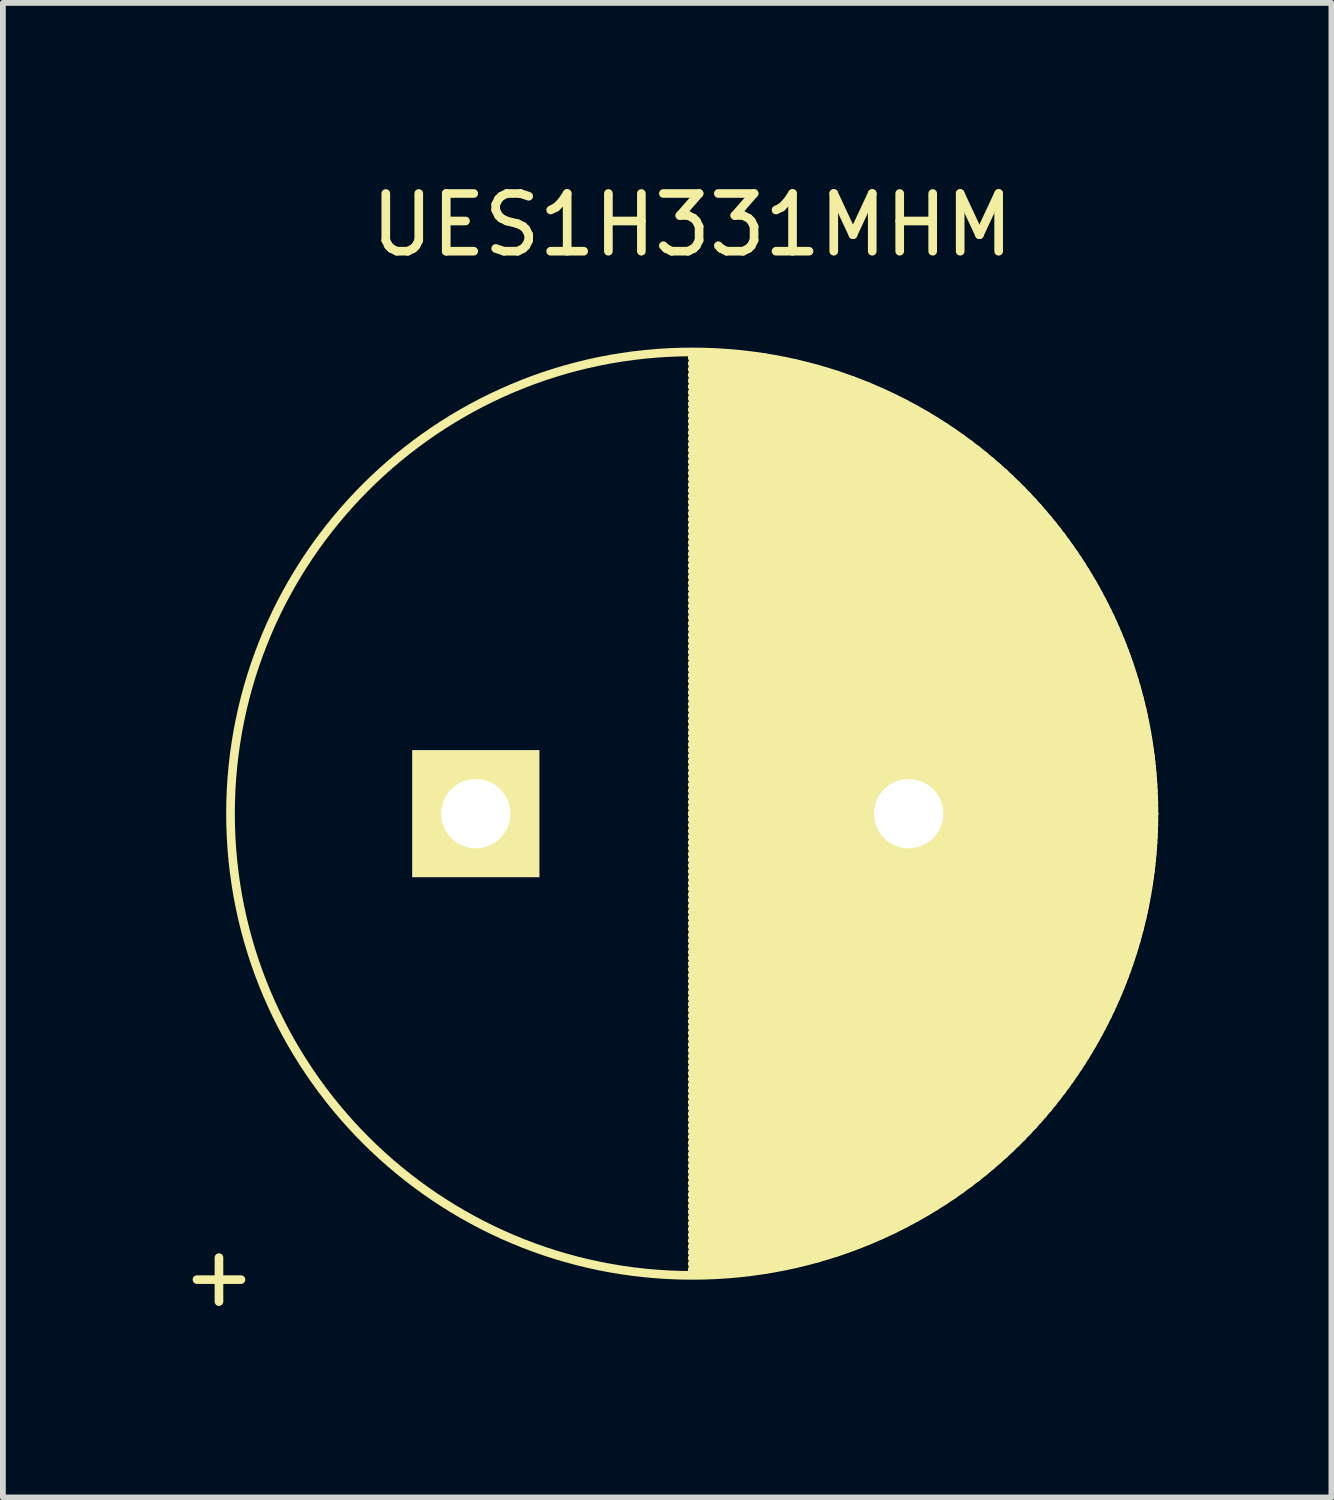
<source format=kicad_pcb>
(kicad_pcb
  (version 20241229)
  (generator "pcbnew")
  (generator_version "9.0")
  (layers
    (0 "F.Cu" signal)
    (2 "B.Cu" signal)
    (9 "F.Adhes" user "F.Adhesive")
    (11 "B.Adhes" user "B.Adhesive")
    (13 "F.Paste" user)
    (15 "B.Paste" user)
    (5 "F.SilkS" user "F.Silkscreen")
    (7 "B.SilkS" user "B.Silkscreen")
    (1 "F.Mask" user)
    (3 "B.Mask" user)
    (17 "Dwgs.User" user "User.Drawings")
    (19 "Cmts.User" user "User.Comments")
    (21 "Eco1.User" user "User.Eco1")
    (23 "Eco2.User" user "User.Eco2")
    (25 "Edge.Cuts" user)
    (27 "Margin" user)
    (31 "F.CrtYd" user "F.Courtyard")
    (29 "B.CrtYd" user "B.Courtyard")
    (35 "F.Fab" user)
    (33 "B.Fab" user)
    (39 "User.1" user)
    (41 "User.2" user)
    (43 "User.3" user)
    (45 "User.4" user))
  (footprint "UES1H331MHM"
    (layer "F.Cu")
    (at 5.194 11.048)
    (property "Reference" "UES1H331MHM" (at 3.75 -10.2 0) (layer "F.SilkS") (effects (font (size 1 1) (thickness 0.15))))
    (attr through_hole)
    (fp_line (start 3.75 -7.9) (end 5.011 -7.9) (stroke (width 0.15) (type solid)) (layer "F.SilkS"))
    (fp_line (start 3.75 -7.8) (end 5.528 -7.8) (stroke (width 0.15) (type solid)) (layer "F.SilkS"))
    (fp_line (start 3.75 -7.7) (end 5.92 -7.7) (stroke (width 0.15) (type solid)) (layer "F.SilkS"))
    (fp_line (start 3.75 -7.6) (end 6.248 -7.6) (stroke (width 0.15) (type solid)) (layer "F.SilkS"))
    (fp_line (start 3.75 -7.5) (end 6.534 -7.5) (stroke (width 0.15) (type solid)) (layer "F.SilkS"))
    (fp_line (start 3.75 -7.4) (end 6.79 -7.4) (stroke (width 0.15) (type solid)) (layer "F.SilkS"))
    (fp_line (start 3.75 -7.3) (end 7.023 -7.3) (stroke (width 0.15) (type solid)) (layer "F.SilkS"))
    (fp_line (start 3.75 -7.2) (end 7.237 -7.2) (stroke (width 0.15) (type solid)) (layer "F.SilkS"))
    (fp_line (start 3.75 -7.1) (end 7.436 -7.1) (stroke (width 0.15) (type solid)) (layer "F.SilkS"))
    (fp_line (start 3.75 -7) (end 7.623 -7) (stroke (width 0.15) (type solid)) (layer "F.SilkS"))
    (fp_line (start 3.75 -6.9) (end 7.798 -6.9) (stroke (width 0.15) (type solid)) (layer "F.SilkS"))
    (fp_line (start 3.75 -6.8) (end 7.964 -6.8) (stroke (width 0.15) (type solid)) (layer "F.SilkS"))
    (fp_line (start 3.75 -6.7) (end 8.121 -6.7) (stroke (width 0.15) (type solid)) (layer "F.SilkS"))
    (fp_line (start 3.75 -6.6) (end 8.271 -6.6) (stroke (width 0.15) (type solid)) (layer "F.SilkS"))
    (fp_line (start 3.75 -6.5) (end 8.414 -6.5) (stroke (width 0.15) (type solid)) (layer "F.SilkS"))
    (fp_line (start 3.75 -6.4) (end 8.55 -6.4) (stroke (width 0.15) (type solid)) (layer "F.SilkS"))
    (fp_line (start 3.75 -6.3) (end 8.681 -6.3) (stroke (width 0.15) (type solid)) (layer "F.SilkS"))
    (fp_line (start 3.75 -6.2) (end 8.806 -6.2) (stroke (width 0.15) (type solid)) (layer "F.SilkS"))
    (fp_line (start 3.75 -6.1) (end 8.926 -6.1) (stroke (width 0.15) (type solid)) (layer "F.SilkS"))
    (fp_line (start 3.75 -6) (end 9.042 -6) (stroke (width 0.15) (type solid)) (layer "F.SilkS"))
    (fp_line (start 3.75 -5.9) (end 9.153 -5.9) (stroke (width 0.15) (type solid)) (layer "F.SilkS"))
    (fp_line (start 3.75 -5.8) (end 9.26 -5.8) (stroke (width 0.15) (type solid)) (layer "F.SilkS"))
    (fp_line (start 3.75 -5.7) (end 9.363 -5.7) (stroke (width 0.15) (type solid)) (layer "F.SilkS"))
    (fp_line (start 3.75 -5.6) (end 9.463 -5.6) (stroke (width 0.15) (type solid)) (layer "F.SilkS"))
    (fp_line (start 3.75 -5.5) (end 9.559 -5.5) (stroke (width 0.15) (type solid)) (layer "F.SilkS"))
    (fp_line (start 3.75 -5.4) (end 9.653 -5.4) (stroke (width 0.15) (type solid)) (layer "F.SilkS"))
    (fp_line (start 3.75 -5.3) (end 9.742 -5.3) (stroke (width 0.15) (type solid)) (layer "F.SilkS"))
    (fp_line (start 3.75 -5.2) (end 9.829 -5.2) (stroke (width 0.15) (type solid)) (layer "F.SilkS"))
    (fp_line (start 3.75 -5.1) (end 9.914 -5.1) (stroke (width 0.15) (type solid)) (layer "F.SilkS"))
    (fp_line (start 3.75 -5) (end 9.995 -5) (stroke (width 0.15) (type solid)) (layer "F.SilkS"))
    (fp_line (start 3.75 -4.9) (end 10.074 -4.9) (stroke (width 0.15) (type solid)) (layer "F.SilkS"))
    (fp_line (start 3.75 -4.8) (end 10.15 -4.8) (stroke (width 0.15) (type solid)) (layer "F.SilkS"))
    (fp_line (start 3.75 -4.7) (end 10.224 -4.7) (stroke (width 0.15) (type solid)) (layer "F.SilkS"))
    (fp_line (start 3.75 -4.6) (end 10.295 -4.6) (stroke (width 0.15) (type solid)) (layer "F.SilkS"))
    (fp_line (start 3.75 -4.5) (end 10.364 -4.5) (stroke (width 0.15) (type solid)) (layer "F.SilkS"))
    (fp_line (start 3.75 -4.4) (end 10.431 -4.4) (stroke (width 0.15) (type solid)) (layer "F.SilkS"))
    (fp_line (start 3.75 -4.3) (end 10.496 -4.3) (stroke (width 0.15) (type solid)) (layer "F.SilkS"))
    (fp_line (start 3.75 -4.2) (end 10.559 -4.2) (stroke (width 0.15) (type solid)) (layer "F.SilkS"))
    (fp_line (start 3.75 -4.1) (end 10.619 -4.1) (stroke (width 0.15) (type solid)) (layer "F.SilkS"))
    (fp_line (start 3.75 -4) (end 10.678 -4) (stroke (width 0.15) (type solid)) (layer "F.SilkS"))
    (fp_line (start 3.75 -3.9) (end 10.735 -3.9) (stroke (width 0.15) (type solid)) (layer "F.SilkS"))
    (fp_line (start 3.75 -3.8) (end 10.79 -3.8) (stroke (width 0.15) (type solid)) (layer "F.SilkS"))
    (fp_line (start 3.75 -3.7) (end 10.843 -3.7) (stroke (width 0.15) (type solid)) (layer "F.SilkS"))
    (fp_line (start 3.75 -3.6) (end 10.894 -3.6) (stroke (width 0.15) (type solid)) (layer "F.SilkS"))
    (fp_line (start 3.75 -3.5) (end 10.944 -3.5) (stroke (width 0.15) (type solid)) (layer "F.SilkS"))
    (fp_line (start 3.75 -3.4) (end 10.992 -3.4) (stroke (width 0.15) (type solid)) (layer "F.SilkS"))
    (fp_line (start 3.75 -3.3) (end 11.038 -3.3) (stroke (width 0.15) (type solid)) (layer "F.SilkS"))
    (fp_line (start 3.75 -3.2) (end 11.082 -3.2) (stroke (width 0.15) (type solid)) (layer "F.SilkS"))
    (fp_line (start 3.75 -3.1) (end 11.125 -3.1) (stroke (width 0.15) (type solid)) (layer "F.SilkS"))
    (fp_line (start 3.75 -3) (end 11.166 -3) (stroke (width 0.15) (type solid)) (layer "F.SilkS"))
    (fp_line (start 3.75 -2.9) (end 11.206 -2.9) (stroke (width 0.15) (type solid)) (layer "F.SilkS"))
    (fp_line (start 3.75 -2.8) (end 11.244 -2.8) (stroke (width 0.15) (type solid)) (layer "F.SilkS"))
    (fp_line (start 3.75 -2.7) (end 11.281 -2.7) (stroke (width 0.15) (type solid)) (layer "F.SilkS"))
    (fp_line (start 3.75 -2.6) (end 11.316 -2.6) (stroke (width 0.15) (type solid)) (layer "F.SilkS"))
    (fp_line (start 3.75 -2.5) (end 11.349 -2.5) (stroke (width 0.15) (type solid)) (layer "F.SilkS"))
    (fp_line (start 3.75 -2.4) (end 11.382 -2.4) (stroke (width 0.15) (type solid)) (layer "F.SilkS"))
    (fp_line (start 3.75 -2.3) (end 11.412 -2.3) (stroke (width 0.15) (type solid)) (layer "F.SilkS"))
    (fp_line (start 3.75 -2.2) (end 11.442 -2.2) (stroke (width 0.15) (type solid)) (layer "F.SilkS"))
    (fp_line (start 3.75 -2.1) (end 11.469 -2.1) (stroke (width 0.15) (type solid)) (layer "F.SilkS"))
    (fp_line (start 3.75 -2) (end 11.496 -2) (stroke (width 0.15) (type solid)) (layer "F.SilkS"))
    (fp_line (start 3.75 -1.9) (end 11.521 -1.9) (stroke (width 0.15) (type solid)) (layer "F.SilkS"))
    (fp_line (start 3.75 -1.8) (end 11.545 -1.8) (stroke (width 0.15) (type solid)) (layer "F.SilkS"))
    (fp_line (start 3.75 -1.7) (end 11.567 -1.7) (stroke (width 0.15) (type solid)) (layer "F.SilkS"))
    (fp_line (start 3.75 -1.6) (end 11.588 -1.6) (stroke (width 0.15) (type solid)) (layer "F.SilkS"))
    (fp_line (start 3.75 -1.5) (end 11.608 -1.5) (stroke (width 0.15) (type solid)) (layer "F.SilkS"))
    (fp_line (start 3.75 -1.4) (end 11.627 -1.4) (stroke (width 0.15) (type solid)) (layer "F.SilkS"))
    (fp_line (start 3.75 -1.3) (end 11.644 -1.3) (stroke (width 0.15) (type solid)) (layer "F.SilkS"))
    (fp_line (start 3.75 -1.2) (end 11.659 -1.2) (stroke (width 0.15) (type solid)) (layer "F.SilkS"))
    (fp_line (start 3.75 -1.1) (end 11.674 -1.1) (stroke (width 0.15) (type solid)) (layer "F.SilkS"))
    (fp_line (start 3.75 -1) (end 11.687 -1) (stroke (width 0.15) (type solid)) (layer "F.SilkS"))
    (fp_line (start 3.75 -0.9) (end 11.699 -0.9) (stroke (width 0.15) (type solid)) (layer "F.SilkS"))
    (fp_line (start 3.75 -0.8) (end 11.71 -0.8) (stroke (width 0.15) (type solid)) (layer "F.SilkS"))
    (fp_line (start 3.75 -0.7) (end 11.719 -0.7) (stroke (width 0.15) (type solid)) (layer "F.SilkS"))
    (fp_line (start 3.75 -0.6) (end 11.727 -0.6) (stroke (width 0.15) (type solid)) (layer "F.SilkS"))
    (fp_line (start 3.75 -0.5) (end 11.734 -0.5) (stroke (width 0.15) (type solid)) (layer "F.SilkS"))
    (fp_line (start 3.75 -0.4) (end 11.74 -0.4) (stroke (width 0.15) (type solid)) (layer "F.SilkS"))
    (fp_line (start 3.75 -0.3) (end 11.744 -0.3) (stroke (width 0.15) (type solid)) (layer "F.SilkS"))
    (fp_line (start 3.75 -0.2) (end 11.748 -0.2) (stroke (width 0.15) (type solid)) (layer "F.SilkS"))
    (fp_line (start 3.75 -0.1) (end 11.749 -0.1) (stroke (width 0.15) (type solid)) (layer "F.SilkS"))
    (fp_line (start 3.75 0) (end 11.75 0) (stroke (width 0.15) (type solid)) (layer "F.SilkS"))
    (fp_line (start 3.75 0) (end 11.75 0) (stroke (width 0.15) (type solid)) (layer "F.SilkS"))
    (fp_line (start 3.75 0.1) (end 11.749 0.1) (stroke (width 0.15) (type solid)) (layer "F.SilkS"))
    (fp_line (start 3.75 0.2) (end 11.748 0.2) (stroke (width 0.15) (type solid)) (layer "F.SilkS"))
    (fp_line (start 3.75 0.3) (end 11.744 0.3) (stroke (width 0.15) (type solid)) (layer "F.SilkS"))
    (fp_line (start 3.75 0.4) (end 11.74 0.4) (stroke (width 0.15) (type solid)) (layer "F.SilkS"))
    (fp_line (start 3.75 0.5) (end 11.734 0.5) (stroke (width 0.15) (type solid)) (layer "F.SilkS"))
    (fp_line (start 3.75 0.6) (end 11.727 0.6) (stroke (width 0.15) (type solid)) (layer "F.SilkS"))
    (fp_line (start 3.75 0.7) (end 11.719 0.7) (stroke (width 0.15) (type solid)) (layer "F.SilkS"))
    (fp_line (start 3.75 0.8) (end 11.71 0.8) (stroke (width 0.15) (type solid)) (layer "F.SilkS"))
    (fp_line (start 3.75 0.9) (end 11.699 0.9) (stroke (width 0.15) (type solid)) (layer "F.SilkS"))
    (fp_line (start 3.75 1) (end 11.687 1) (stroke (width 0.15) (type solid)) (layer "F.SilkS"))
    (fp_line (start 3.75 1.1) (end 11.674 1.1) (stroke (width 0.15) (type solid)) (layer "F.SilkS"))
    (fp_line (start 3.75 1.2) (end 11.659 1.2) (stroke (width 0.15) (type solid)) (layer "F.SilkS"))
    (fp_line (start 3.75 1.3) (end 11.644 1.3) (stroke (width 0.15) (type solid)) (layer "F.SilkS"))
    (fp_line (start 3.75 1.4) (end 11.627 1.4) (stroke (width 0.15) (type solid)) (layer "F.SilkS"))
    (fp_line (start 3.75 1.5) (end 11.608 1.5) (stroke (width 0.15) (type solid)) (layer "F.SilkS"))
    (fp_line (start 3.75 1.6) (end 11.588 1.6) (stroke (width 0.15) (type solid)) (layer "F.SilkS"))
    (fp_line (start 3.75 1.7) (end 11.567 1.7) (stroke (width 0.15) (type solid)) (layer "F.SilkS"))
    (fp_line (start 3.75 1.8) (end 11.545 1.8) (stroke (width 0.15) (type solid)) (layer "F.SilkS"))
    (fp_line (start 3.75 1.9) (end 11.521 1.9) (stroke (width 0.15) (type solid)) (layer "F.SilkS"))
    (fp_line (start 3.75 2) (end 11.496 2) (stroke (width 0.15) (type solid)) (layer "F.SilkS"))
    (fp_line (start 3.75 2.1) (end 11.469 2.1) (stroke (width 0.15) (type solid)) (layer "F.SilkS"))
    (fp_line (start 3.75 2.2) (end 11.442 2.2) (stroke (width 0.15) (type solid)) (layer "F.SilkS"))
    (fp_line (start 3.75 2.3) (end 11.412 2.3) (stroke (width 0.15) (type solid)) (layer "F.SilkS"))
    (fp_line (start 3.75 2.4) (end 11.382 2.4) (stroke (width 0.15) (type solid)) (layer "F.SilkS"))
    (fp_line (start 3.75 2.5) (end 11.349 2.5) (stroke (width 0.15) (type solid)) (layer "F.SilkS"))
    (fp_line (start 3.75 2.6) (end 11.316 2.6) (stroke (width 0.15) (type solid)) (layer "F.SilkS"))
    (fp_line (start 3.75 2.7) (end 11.281 2.7) (stroke (width 0.15) (type solid)) (layer "F.SilkS"))
    (fp_line (start 3.75 2.8) (end 11.244 2.8) (stroke (width 0.15) (type solid)) (layer "F.SilkS"))
    (fp_line (start 3.75 2.9) (end 11.206 2.9) (stroke (width 0.15) (type solid)) (layer "F.SilkS"))
    (fp_line (start 3.75 3) (end 11.166 3) (stroke (width 0.15) (type solid)) (layer "F.SilkS"))
    (fp_line (start 3.75 3.1) (end 11.125 3.1) (stroke (width 0.15) (type solid)) (layer "F.SilkS"))
    (fp_line (start 3.75 3.2) (end 11.082 3.2) (stroke (width 0.15) (type solid)) (layer "F.SilkS"))
    (fp_line (start 3.75 3.3) (end 11.038 3.3) (stroke (width 0.15) (type solid)) (layer "F.SilkS"))
    (fp_line (start 3.75 3.4) (end 10.992 3.4) (stroke (width 0.15) (type solid)) (layer "F.SilkS"))
    (fp_line (start 3.75 3.5) (end 10.944 3.5) (stroke (width 0.15) (type solid)) (layer "F.SilkS"))
    (fp_line (start 3.75 3.6) (end 10.894 3.6) (stroke (width 0.15) (type solid)) (layer "F.SilkS"))
    (fp_line (start 3.75 3.7) (end 10.843 3.7) (stroke (width 0.15) (type solid)) (layer "F.SilkS"))
    (fp_line (start 3.75 3.8) (end 10.79 3.8) (stroke (width 0.15) (type solid)) (layer "F.SilkS"))
    (fp_line (start 3.75 3.9) (end 10.735 3.9) (stroke (width 0.15) (type solid)) (layer "F.SilkS"))
    (fp_line (start 3.75 4) (end 10.678 4) (stroke (width 0.15) (type solid)) (layer "F.SilkS"))
    (fp_line (start 3.75 4.1) (end 10.619 4.1) (stroke (width 0.15) (type solid)) (layer "F.SilkS"))
    (fp_line (start 3.75 4.2) (end 10.559 4.2) (stroke (width 0.15) (type solid)) (layer "F.SilkS"))
    (fp_line (start 3.75 4.3) (end 10.496 4.3) (stroke (width 0.15) (type solid)) (layer "F.SilkS"))
    (fp_line (start 3.75 4.4) (end 10.431 4.4) (stroke (width 0.15) (type solid)) (layer "F.SilkS"))
    (fp_line (start 3.75 4.5) (end 10.364 4.5) (stroke (width 0.15) (type solid)) (layer "F.SilkS"))
    (fp_line (start 3.75 4.6) (end 10.295 4.6) (stroke (width 0.15) (type solid)) (layer "F.SilkS"))
    (fp_line (start 3.75 4.7) (end 10.224 4.7) (stroke (width 0.15) (type solid)) (layer "F.SilkS"))
    (fp_line (start 3.75 4.8) (end 10.15 4.8) (stroke (width 0.15) (type solid)) (layer "F.SilkS"))
    (fp_line (start 3.75 4.9) (end 10.074 4.9) (stroke (width 0.15) (type solid)) (layer "F.SilkS"))
    (fp_line (start 3.75 5) (end 9.995 5) (stroke (width 0.15) (type solid)) (layer "F.SilkS"))
    (fp_line (start 3.75 5.1) (end 9.914 5.1) (stroke (width 0.15) (type solid)) (layer "F.SilkS"))
    (fp_line (start 3.75 5.2) (end 9.829 5.2) (stroke (width 0.15) (type solid)) (layer "F.SilkS"))
    (fp_line (start 3.75 5.3) (end 9.742 5.3) (stroke (width 0.15) (type solid)) (layer "F.SilkS"))
    (fp_line (start 3.75 5.4) (end 9.653 5.4) (stroke (width 0.15) (type solid)) (layer "F.SilkS"))
    (fp_line (start 3.75 5.5) (end 9.559 5.5) (stroke (width 0.15) (type solid)) (layer "F.SilkS"))
    (fp_line (start 3.75 5.6) (end 9.463 5.6) (stroke (width 0.15) (type solid)) (layer "F.SilkS"))
    (fp_line (start 3.75 5.7) (end 9.363 5.7) (stroke (width 0.15) (type solid)) (layer "F.SilkS"))
    (fp_line (start 3.75 5.8) (end 9.26 5.8) (stroke (width 0.15) (type solid)) (layer "F.SilkS"))
    (fp_line (start 3.75 5.9) (end 9.153 5.9) (stroke (width 0.15) (type solid)) (layer "F.SilkS"))
    (fp_line (start 3.75 6) (end 9.042 6) (stroke (width 0.15) (type solid)) (layer "F.SilkS"))
    (fp_line (start 3.75 6.1) (end 8.926 6.1) (stroke (width 0.15) (type solid)) (layer "F.SilkS"))
    (fp_line (start 3.75 6.2) (end 8.806 6.2) (stroke (width 0.15) (type solid)) (layer "F.SilkS"))
    (fp_line (start 3.75 6.3) (end 8.681 6.3) (stroke (width 0.15) (type solid)) (layer "F.SilkS"))
    (fp_line (start 3.75 6.4) (end 8.55 6.4) (stroke (width 0.15) (type solid)) (layer "F.SilkS"))
    (fp_line (start 3.75 6.5) (end 8.414 6.5) (stroke (width 0.15) (type solid)) (layer "F.SilkS"))
    (fp_line (start 3.75 6.6) (end 8.271 6.6) (stroke (width 0.15) (type solid)) (layer "F.SilkS"))
    (fp_line (start 3.75 6.7) (end 8.121 6.7) (stroke (width 0.15) (type solid)) (layer "F.SilkS"))
    (fp_line (start 3.75 6.8) (end 7.964 6.8) (stroke (width 0.15) (type solid)) (layer "F.SilkS"))
    (fp_line (start 3.75 6.9) (end 7.798 6.9) (stroke (width 0.15) (type solid)) (layer "F.SilkS"))
    (fp_line (start 3.75 7) (end 7.623 7) (stroke (width 0.15) (type solid)) (layer "F.SilkS"))
    (fp_line (start 3.75 7.1) (end 7.436 7.1) (stroke (width 0.15) (type solid)) (layer "F.SilkS"))
    (fp_line (start 3.75 7.2) (end 7.237 7.2) (stroke (width 0.15) (type solid)) (layer "F.SilkS"))
    (fp_line (start 3.75 7.3) (end 7.023 7.3) (stroke (width 0.15) (type solid)) (layer "F.SilkS"))
    (fp_line (start 3.75 7.4) (end 6.79 7.4) (stroke (width 0.15) (type solid)) (layer "F.SilkS"))
    (fp_line (start 3.75 7.5) (end 6.534 7.5) (stroke (width 0.15) (type solid)) (layer "F.SilkS"))
    (fp_line (start 3.75 7.6) (end 6.248 7.6) (stroke (width 0.15) (type solid)) (layer "F.SilkS"))
    (fp_line (start 3.75 7.7) (end 5.92 7.7) (stroke (width 0.15) (type solid)) (layer "F.SilkS"))
    (fp_line (start 3.75 7.8) (end 5.528 7.8) (stroke (width 0.15) (type solid)) (layer "F.SilkS"))
    (fp_line (start 3.75 7.9) (end 5.011 7.9) (stroke (width 0.15) (type solid)) (layer "F.SilkS"))
    (fp_circle (center 3.75 0) (end 3.75 -8) (stroke (width 0.15) (type solid)) (fill no) (layer "F.SilkS"))
    (fp_text user "+" (at -4.45 8 0) (layer "F.SilkS") (effects (font (size 1 1) (thickness 0.15))))
    (pad "1" thru_hole rect (at 0 0) (size 2.2 2.2) (drill 1.2) (layers "*.Cu" "*.Mask" "F.SilkS"))
    (pad "2" thru_hole circle (at 7.5 0) (size 2.2 2.2) (drill 1.2) (layers "*.Cu" "*.Mask" "F.SilkS")))
  (gr_rect
    (start -3 -3)
    (end 20.019 22.896)
    (stroke (width 0.1) (type default))
    (fill no)
    (layer "Edge.Cuts")))
</source>
